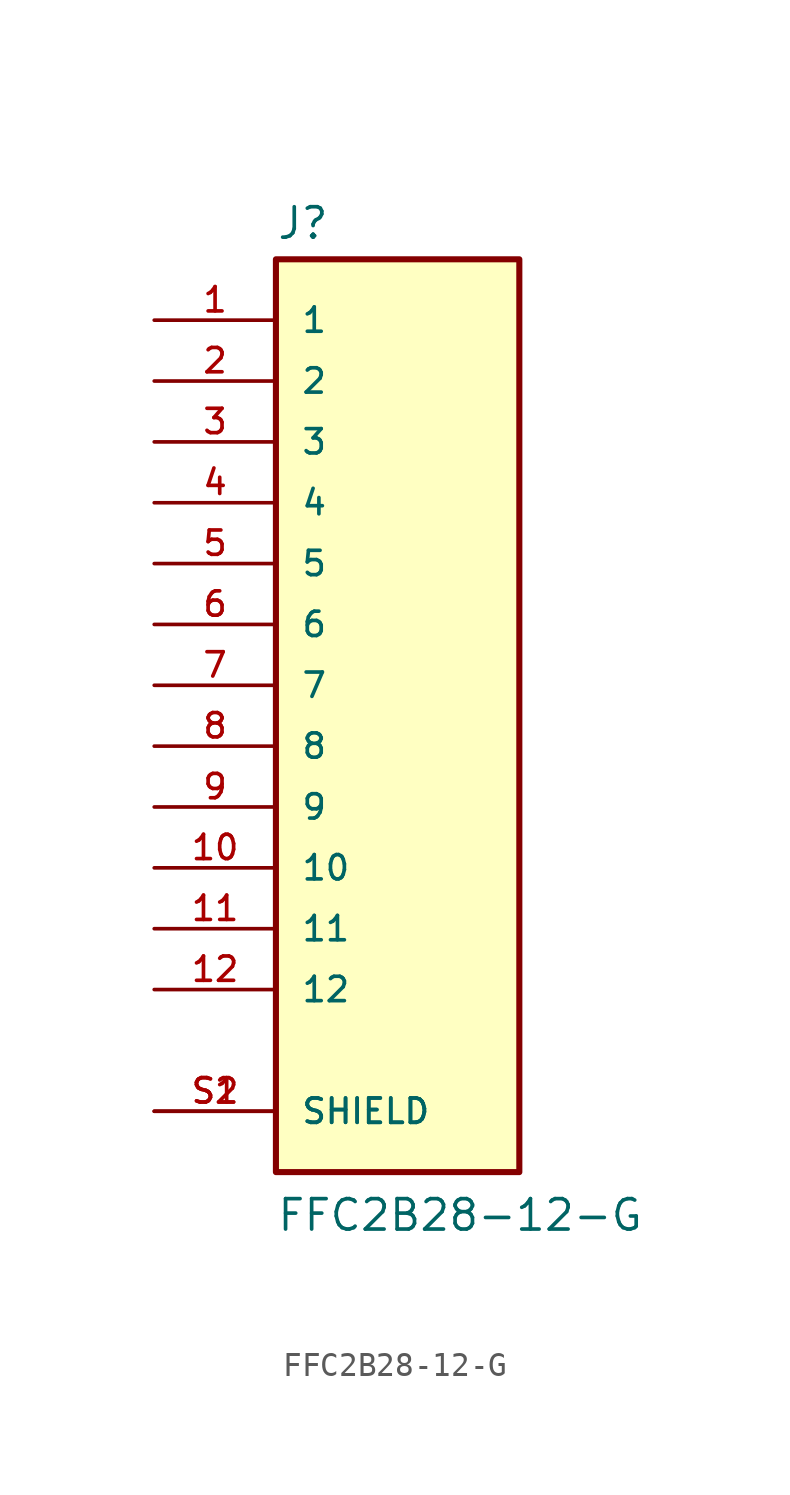
<source format=kicad_sym>
(kicad_symbol_lib
  (version 20211014)
  (generator kicad_symbol_editor)
  (symbol "FFC2B28-12-G"
    (pin_names
      (offset 1.016))
    (property "Reference" "J"
      (at -5.08 18.542 0)
      (effects (font (size 1.27 1.27)) (justify bottom left)))
    (property "Value" "FFC2B28-12-G"
      (at -5.08 -22.86 0)
      (effects (font (size 1.27 1.27)) (justify bottom left)))
    (symbol "FFC2B28-12-G_0_0"
      (rectangle (start -5.08 -20.32) (end 5.08 17.78) (stroke (width 0.254)) (fill (type background)))
      (pin passive line (at -10.16 15.24 0) (length 5.08) (name "1" (effects (font (size 1.016 1.016)))) (number "1" (effects (font (size 1.016 1.016)))))
      (pin passive line (at -10.16 12.7 0) (length 5.08) (name "2" (effects (font (size 1.016 1.016)))) (number "2" (effects (font (size 1.016 1.016)))))
      (pin passive line (at -10.16 10.16 0) (length 5.08) (name "3" (effects (font (size 1.016 1.016)))) (number "3" (effects (font (size 1.016 1.016)))))
      (pin passive line (at -10.16 7.62 0) (length 5.08) (name "4" (effects (font (size 1.016 1.016)))) (number "4" (effects (font (size 1.016 1.016)))))
      (pin passive line (at -10.16 -17.78 0) (length 5.08) (name "SHIELD" (effects (font (size 1.016 1.016)))) (number "S1" (effects (font (size 1.016 1.016)))))
      (pin passive line (at -10.16 -17.78 0) (length 5.08) (name "SHIELD" (effects (font (size 1.016 1.016)))) (number "S2" (effects (font (size 1.016 1.016)))))
      (pin passive line (at -10.16 5.08 0) (length 5.08) (name "5" (effects (font (size 1.016 1.016)))) (number "5" (effects (font (size 1.016 1.016)))))
      (pin passive line (at -10.16 2.54 0) (length 5.08) (name "6" (effects (font (size 1.016 1.016)))) (number "6" (effects (font (size 1.016 1.016)))))
      (pin passive line (at -10.16 0.0 0) (length 5.08) (name "7" (effects (font (size 1.016 1.016)))) (number "7" (effects (font (size 1.016 1.016)))))
      (pin passive line (at -10.16 -2.54 0) (length 5.08) (name "8" (effects (font (size 1.016 1.016)))) (number "8" (effects (font (size 1.016 1.016)))))
      (pin passive line (at -10.16 -5.08 0) (length 5.08) (name "9" (effects (font (size 1.016 1.016)))) (number "9" (effects (font (size 1.016 1.016)))))
      (pin passive line (at -10.16 -7.62 0) (length 5.08) (name "10" (effects (font (size 1.016 1.016)))) (number "10" (effects (font (size 1.016 1.016)))))
      (pin passive line (at -10.16 -10.16 0) (length 5.08) (name "11" (effects (font (size 1.016 1.016)))) (number "11" (effects (font (size 1.016 1.016)))))
      (pin passive line (at -10.16 -12.7 0) (length 5.08) (name "12" (effects (font (size 1.016 1.016)))) (number "12" (effects (font (size 1.016 1.016))))))))
</source>
